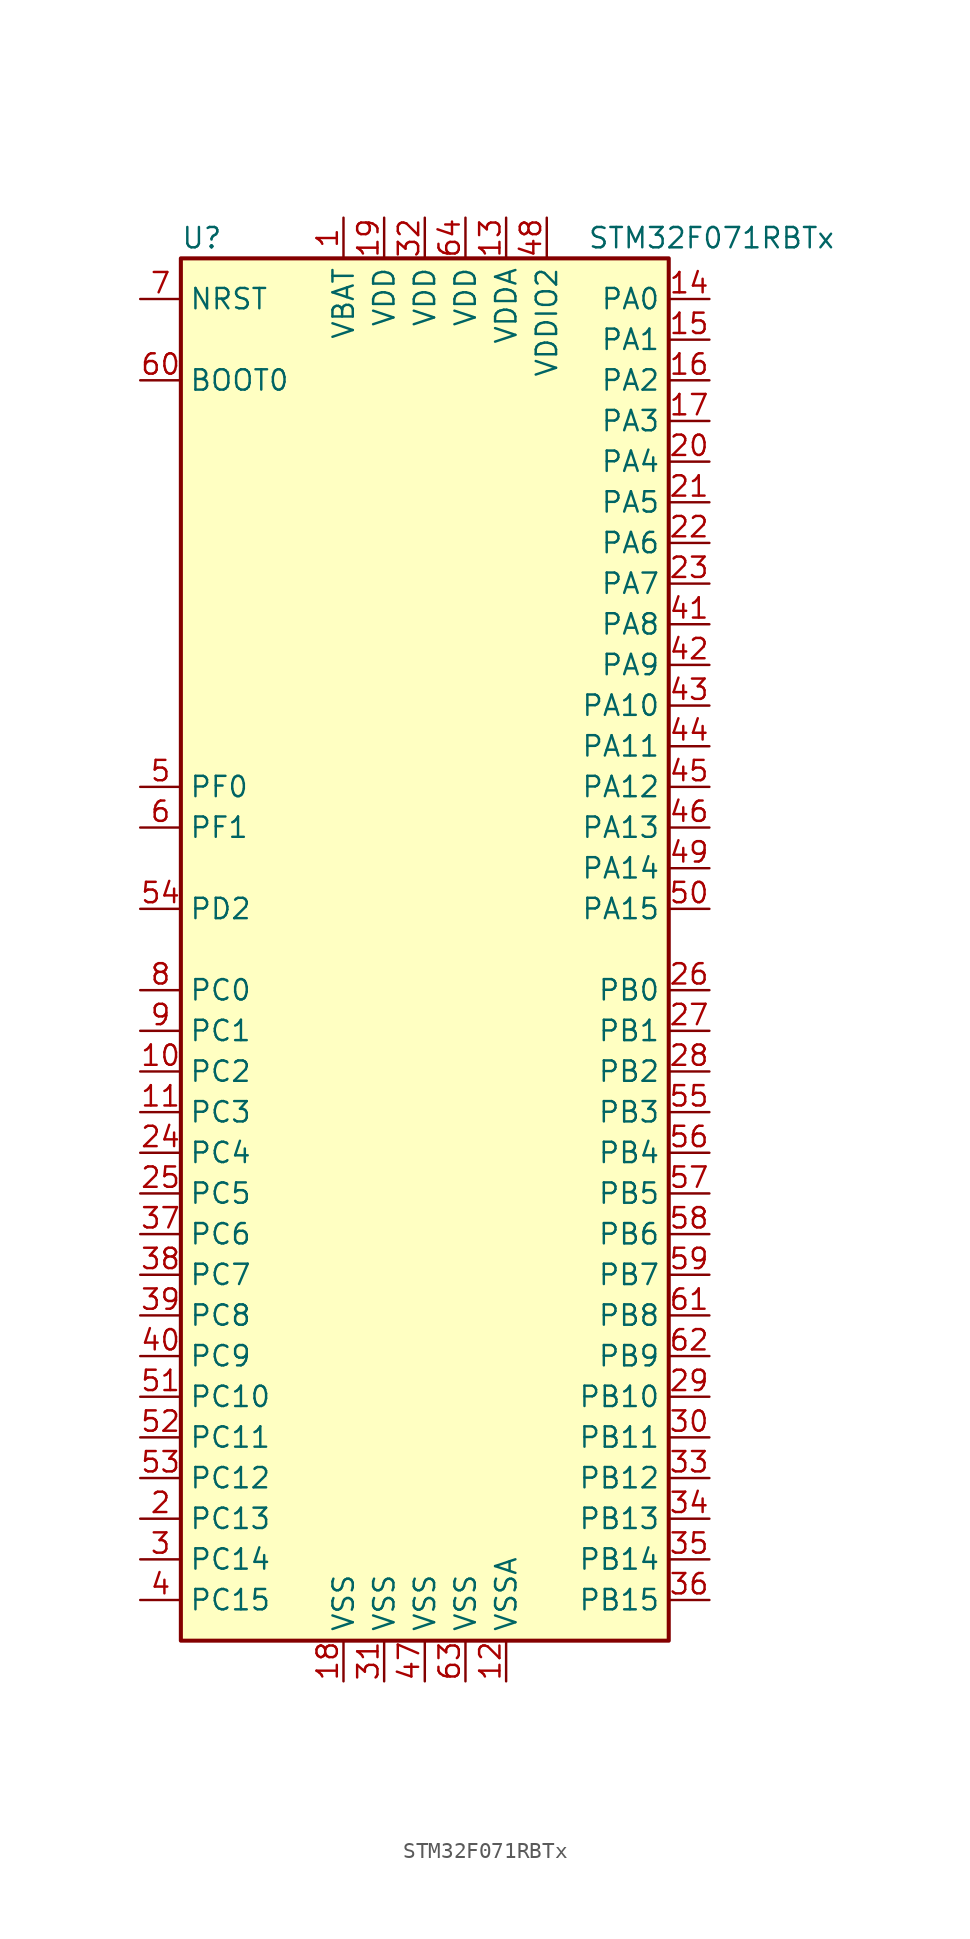
<source format=kicad_sym>
(kicad_symbol_lib
  (version 20211014)
  (generator kicad_symbol_editor)
  (symbol "STM32F071RBTx"
    (property "Reference" "U"
      (at -15.24 44.45 0)
      (effects (font (size 1.27 1.27)) (justify left)))
    (property "Value" "STM32F071RBTx"
      (at 10.16 44.45 0)
      (effects (font (size 1.27 1.27)) (justify left)))
    (symbol "STM32F071RBTx_0_1"
      (rectangle (start -15.24 -43.18) (end 15.24 43.18) (stroke (width 0.254) (type default) (color 0 0 0 0)) (fill (type background))))
    (symbol "STM32F071RBTx_1_1"
      (pin power_in line (at -5.08 45.72 270) (length 2.54) (name "VBAT" (effects (font (size 1.27 1.27)))) (number "1" (effects (font (size 1.27 1.27)))))
      (pin bidirectional line (at -17.78 -7.62 0) (length 2.54) (name "PC2" (effects (font (size 1.27 1.27)))) (number "10" (effects (font (size 1.27 1.27)))))
      (pin bidirectional line (at -17.78 -10.16 0) (length 2.54) (name "PC3" (effects (font (size 1.27 1.27)))) (number "11" (effects (font (size 1.27 1.27)))))
      (pin power_in line (at 5.08 -45.72 90) (length 2.54) (name "VSSA" (effects (font (size 1.27 1.27)))) (number "12" (effects (font (size 1.27 1.27)))))
      (pin power_in line (at 5.08 45.72 270) (length 2.54) (name "VDDA" (effects (font (size 1.27 1.27)))) (number "13" (effects (font (size 1.27 1.27)))))
      (pin bidirectional line (at 17.78 40.64 180) (length 2.54) (name "PA0" (effects (font (size 1.27 1.27)))) (number "14" (effects (font (size 1.27 1.27)))))
      (pin bidirectional line (at 17.78 38.1 180) (length 2.54) (name "PA1" (effects (font (size 1.27 1.27)))) (number "15" (effects (font (size 1.27 1.27)))))
      (pin bidirectional line (at 17.78 35.56 180) (length 2.54) (name "PA2" (effects (font (size 1.27 1.27)))) (number "16" (effects (font (size 1.27 1.27)))))
      (pin bidirectional line (at 17.78 33.02 180) (length 2.54) (name "PA3" (effects (font (size 1.27 1.27)))) (number "17" (effects (font (size 1.27 1.27)))))
      (pin power_in line (at -5.08 -45.72 90) (length 2.54) (name "VSS" (effects (font (size 1.27 1.27)))) (number "18" (effects (font (size 1.27 1.27)))))
      (pin power_in line (at -2.54 45.72 270) (length 2.54) (name "VDD" (effects (font (size 1.27 1.27)))) (number "19" (effects (font (size 1.27 1.27)))))
      (pin bidirectional line (at -17.78 -35.56 0) (length 2.54) (name "PC13" (effects (font (size 1.27 1.27)))) (number "2" (effects (font (size 1.27 1.27)))))
      (pin bidirectional line (at 17.78 30.48 180) (length 2.54) (name "PA4" (effects (font (size 1.27 1.27)))) (number "20" (effects (font (size 1.27 1.27)))))
      (pin bidirectional line (at 17.78 27.94 180) (length 2.54) (name "PA5" (effects (font (size 1.27 1.27)))) (number "21" (effects (font (size 1.27 1.27)))))
      (pin bidirectional line (at 17.78 25.4 180) (length 2.54) (name "PA6" (effects (font (size 1.27 1.27)))) (number "22" (effects (font (size 1.27 1.27)))))
      (pin bidirectional line (at 17.78 22.86 180) (length 2.54) (name "PA7" (effects (font (size 1.27 1.27)))) (number "23" (effects (font (size 1.27 1.27)))))
      (pin bidirectional line (at -17.78 -12.7 0) (length 2.54) (name "PC4" (effects (font (size 1.27 1.27)))) (number "24" (effects (font (size 1.27 1.27)))))
      (pin bidirectional line (at -17.78 -15.24 0) (length 2.54) (name "PC5" (effects (font (size 1.27 1.27)))) (number "25" (effects (font (size 1.27 1.27)))))
      (pin bidirectional line (at 17.78 -2.54 180) (length 2.54) (name "PB0" (effects (font (size 1.27 1.27)))) (number "26" (effects (font (size 1.27 1.27)))))
      (pin bidirectional line (at 17.78 -5.08 180) (length 2.54) (name "PB1" (effects (font (size 1.27 1.27)))) (number "27" (effects (font (size 1.27 1.27)))))
      (pin bidirectional line (at 17.78 -7.62 180) (length 2.54) (name "PB2" (effects (font (size 1.27 1.27)))) (number "28" (effects (font (size 1.27 1.27)))))
      (pin bidirectional line (at 17.78 -27.94 180) (length 2.54) (name "PB10" (effects (font (size 1.27 1.27)))) (number "29" (effects (font (size 1.27 1.27)))))
      (pin bidirectional line (at -17.78 -38.1 0) (length 2.54) (name "PC14" (effects (font (size 1.27 1.27)))) (number "3" (effects (font (size 1.27 1.27)))))
      (pin bidirectional line (at 17.78 -30.48 180) (length 2.54) (name "PB11" (effects (font (size 1.27 1.27)))) (number "30" (effects (font (size 1.27 1.27)))))
      (pin power_in line (at -2.54 -45.72 90) (length 2.54) (name "VSS" (effects (font (size 1.27 1.27)))) (number "31" (effects (font (size 1.27 1.27)))))
      (pin power_in line (at 0 45.72 270) (length 2.54) (name "VDD" (effects (font (size 1.27 1.27)))) (number "32" (effects (font (size 1.27 1.27)))))
      (pin bidirectional line (at 17.78 -33.02 180) (length 2.54) (name "PB12" (effects (font (size 1.27 1.27)))) (number "33" (effects (font (size 1.27 1.27)))))
      (pin bidirectional line (at 17.78 -35.56 180) (length 2.54) (name "PB13" (effects (font (size 1.27 1.27)))) (number "34" (effects (font (size 1.27 1.27)))))
      (pin bidirectional line (at 17.78 -38.1 180) (length 2.54) (name "PB14" (effects (font (size 1.27 1.27)))) (number "35" (effects (font (size 1.27 1.27)))))
      (pin bidirectional line (at 17.78 -40.64 180) (length 2.54) (name "PB15" (effects (font (size 1.27 1.27)))) (number "36" (effects (font (size 1.27 1.27)))))
      (pin bidirectional line (at -17.78 -17.78 0) (length 2.54) (name "PC6" (effects (font (size 1.27 1.27)))) (number "37" (effects (font (size 1.27 1.27)))))
      (pin bidirectional line (at -17.78 -20.32 0) (length 2.54) (name "PC7" (effects (font (size 1.27 1.27)))) (number "38" (effects (font (size 1.27 1.27)))))
      (pin bidirectional line (at -17.78 -22.86 0) (length 2.54) (name "PC8" (effects (font (size 1.27 1.27)))) (number "39" (effects (font (size 1.27 1.27)))))
      (pin bidirectional line (at -17.78 -40.64 0) (length 2.54) (name "PC15" (effects (font (size 1.27 1.27)))) (number "4" (effects (font (size 1.27 1.27)))))
      (pin bidirectional line (at -17.78 -25.4 0) (length 2.54) (name "PC9" (effects (font (size 1.27 1.27)))) (number "40" (effects (font (size 1.27 1.27)))))
      (pin bidirectional line (at 17.78 20.32 180) (length 2.54) (name "PA8" (effects (font (size 1.27 1.27)))) (number "41" (effects (font (size 1.27 1.27)))))
      (pin bidirectional line (at 17.78 17.78 180) (length 2.54) (name "PA9" (effects (font (size 1.27 1.27)))) (number "42" (effects (font (size 1.27 1.27)))))
      (pin bidirectional line (at 17.78 15.24 180) (length 2.54) (name "PA10" (effects (font (size 1.27 1.27)))) (number "43" (effects (font (size 1.27 1.27)))))
      (pin bidirectional line (at 17.78 12.7 180) (length 2.54) (name "PA11" (effects (font (size 1.27 1.27)))) (number "44" (effects (font (size 1.27 1.27)))))
      (pin bidirectional line (at 17.78 10.16 180) (length 2.54) (name "PA12" (effects (font (size 1.27 1.27)))) (number "45" (effects (font (size 1.27 1.27)))))
      (pin bidirectional line (at 17.78 7.62 180) (length 2.54) (name "PA13" (effects (font (size 1.27 1.27)))) (number "46" (effects (font (size 1.27 1.27)))))
      (pin power_in line (at 0 -45.72 90) (length 2.54) (name "VSS" (effects (font (size 1.27 1.27)))) (number "47" (effects (font (size 1.27 1.27)))))
      (pin power_in line (at 7.62 45.72 270) (length 2.54) (name "VDDIO2" (effects (font (size 1.27 1.27)))) (number "48" (effects (font (size 1.27 1.27)))))
      (pin bidirectional line (at 17.78 5.08 180) (length 2.54) (name "PA14" (effects (font (size 1.27 1.27)))) (number "49" (effects (font (size 1.27 1.27)))))
      (pin input line (at -17.78 10.16 0) (length 2.54) (name "PF0" (effects (font (size 1.27 1.27)))) (number "5" (effects (font (size 1.27 1.27)))))
      (pin bidirectional line (at 17.78 2.54 180) (length 2.54) (name "PA15" (effects (font (size 1.27 1.27)))) (number "50" (effects (font (size 1.27 1.27)))))
      (pin bidirectional line (at -17.78 -27.94 0) (length 2.54) (name "PC10" (effects (font (size 1.27 1.27)))) (number "51" (effects (font (size 1.27 1.27)))))
      (pin bidirectional line (at -17.78 -30.48 0) (length 2.54) (name "PC11" (effects (font (size 1.27 1.27)))) (number "52" (effects (font (size 1.27 1.27)))))
      (pin bidirectional line (at -17.78 -33.02 0) (length 2.54) (name "PC12" (effects (font (size 1.27 1.27)))) (number "53" (effects (font (size 1.27 1.27)))))
      (pin bidirectional line (at -17.78 2.54 0) (length 2.54) (name "PD2" (effects (font (size 1.27 1.27)))) (number "54" (effects (font (size 1.27 1.27)))))
      (pin bidirectional line (at 17.78 -10.16 180) (length 2.54) (name "PB3" (effects (font (size 1.27 1.27)))) (number "55" (effects (font (size 1.27 1.27)))))
      (pin bidirectional line (at 17.78 -12.7 180) (length 2.54) (name "PB4" (effects (font (size 1.27 1.27)))) (number "56" (effects (font (size 1.27 1.27)))))
      (pin bidirectional line (at 17.78 -15.24 180) (length 2.54) (name "PB5" (effects (font (size 1.27 1.27)))) (number "57" (effects (font (size 1.27 1.27)))))
      (pin bidirectional line (at 17.78 -17.78 180) (length 2.54) (name "PB6" (effects (font (size 1.27 1.27)))) (number "58" (effects (font (size 1.27 1.27)))))
      (pin bidirectional line (at 17.78 -20.32 180) (length 2.54) (name "PB7" (effects (font (size 1.27 1.27)))) (number "59" (effects (font (size 1.27 1.27)))))
      (pin input line (at -17.78 7.62 0) (length 2.54) (name "PF1" (effects (font (size 1.27 1.27)))) (number "6" (effects (font (size 1.27 1.27)))))
      (pin input line (at -17.78 35.56 0) (length 2.54) (name "BOOT0" (effects (font (size 1.27 1.27)))) (number "60" (effects (font (size 1.27 1.27)))))
      (pin bidirectional line (at 17.78 -22.86 180) (length 2.54) (name "PB8" (effects (font (size 1.27 1.27)))) (number "61" (effects (font (size 1.27 1.27)))))
      (pin bidirectional line (at 17.78 -25.4 180) (length 2.54) (name "PB9" (effects (font (size 1.27 1.27)))) (number "62" (effects (font (size 1.27 1.27)))))
      (pin power_in line (at 2.54 -45.72 90) (length 2.54) (name "VSS" (effects (font (size 1.27 1.27)))) (number "63" (effects (font (size 1.27 1.27)))))
      (pin power_in line (at 2.54 45.72 270) (length 2.54) (name "VDD" (effects (font (size 1.27 1.27)))) (number "64" (effects (font (size 1.27 1.27)))))
      (pin input line (at -17.78 40.64 0) (length 2.54) (name "NRST" (effects (font (size 1.27 1.27)))) (number "7" (effects (font (size 1.27 1.27)))))
      (pin bidirectional line (at -17.78 -2.54 0) (length 2.54) (name "PC0" (effects (font (size 1.27 1.27)))) (number "8" (effects (font (size 1.27 1.27)))))
      (pin bidirectional line (at -17.78 -5.08 0) (length 2.54) (name "PC1" (effects (font (size 1.27 1.27)))) (number "9" (effects (font (size 1.27 1.27))))))))
</source>
